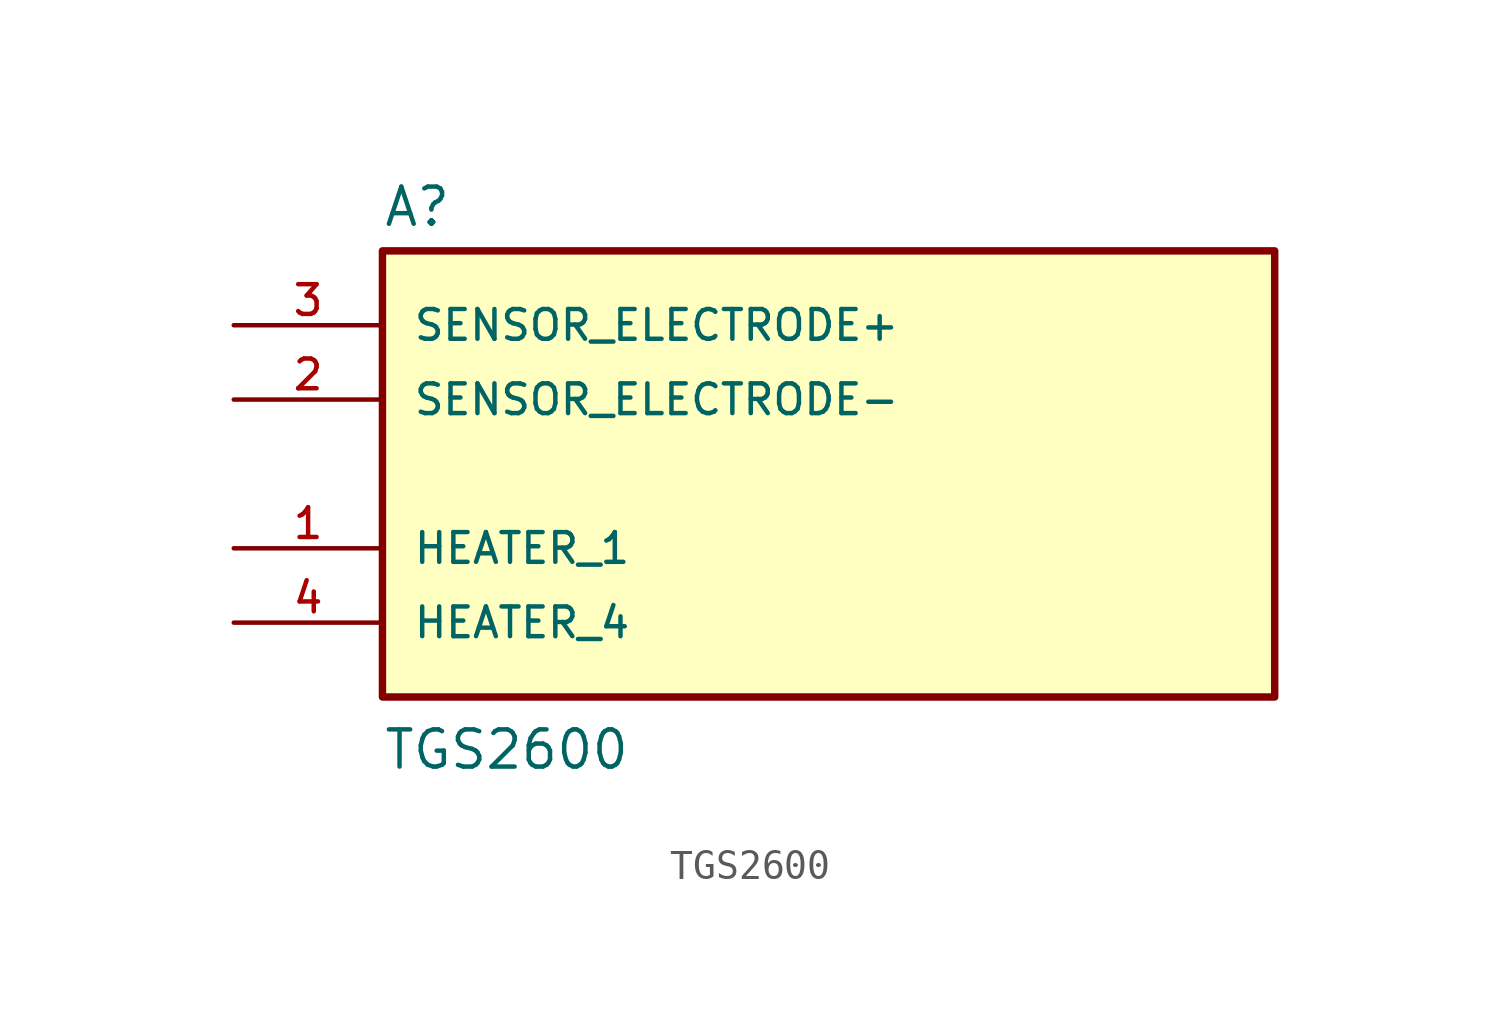
<source format=kicad_sym>
(kicad_symbol_lib
  (version 20211014)
  (generator kicad_symbol_editor)
  (symbol "TGS2600"
    (pin_names
      (offset 1.016))
    (property "Reference" "A"
      (at -15.24 8.382 0)
      (effects (font (size 1.27 1.27)) (justify bottom left)))
    (property "Value" "TGS2600"
      (at -15.24 -10.16 0)
      (effects (font (size 1.27 1.27)) (justify bottom left)))
    (symbol "TGS2600_0_0"
      (rectangle (start -15.24 -7.62) (end 15.24 7.62) (stroke (width 0.254)) (fill (type background)))
      (pin passive line (at -20.32 5.08 0) (length 5.08) (name "SENSOR_ELECTRODE+" (effects (font (size 1.016 1.016)))) (number "3" (effects (font (size 1.016 1.016)))))
      (pin passive line (at -20.32 2.54 0) (length 5.08) (name "SENSOR_ELECTRODE-" (effects (font (size 1.016 1.016)))) (number "2" (effects (font (size 1.016 1.016)))))
      (pin passive line (at -20.32 -2.54 0) (length 5.08) (name "HEATER_1" (effects (font (size 1.016 1.016)))) (number "1" (effects (font (size 1.016 1.016)))))
      (pin passive line (at -20.32 -5.08 0) (length 5.08) (name "HEATER_4" (effects (font (size 1.016 1.016)))) (number "4" (effects (font (size 1.016 1.016))))))))
</source>
